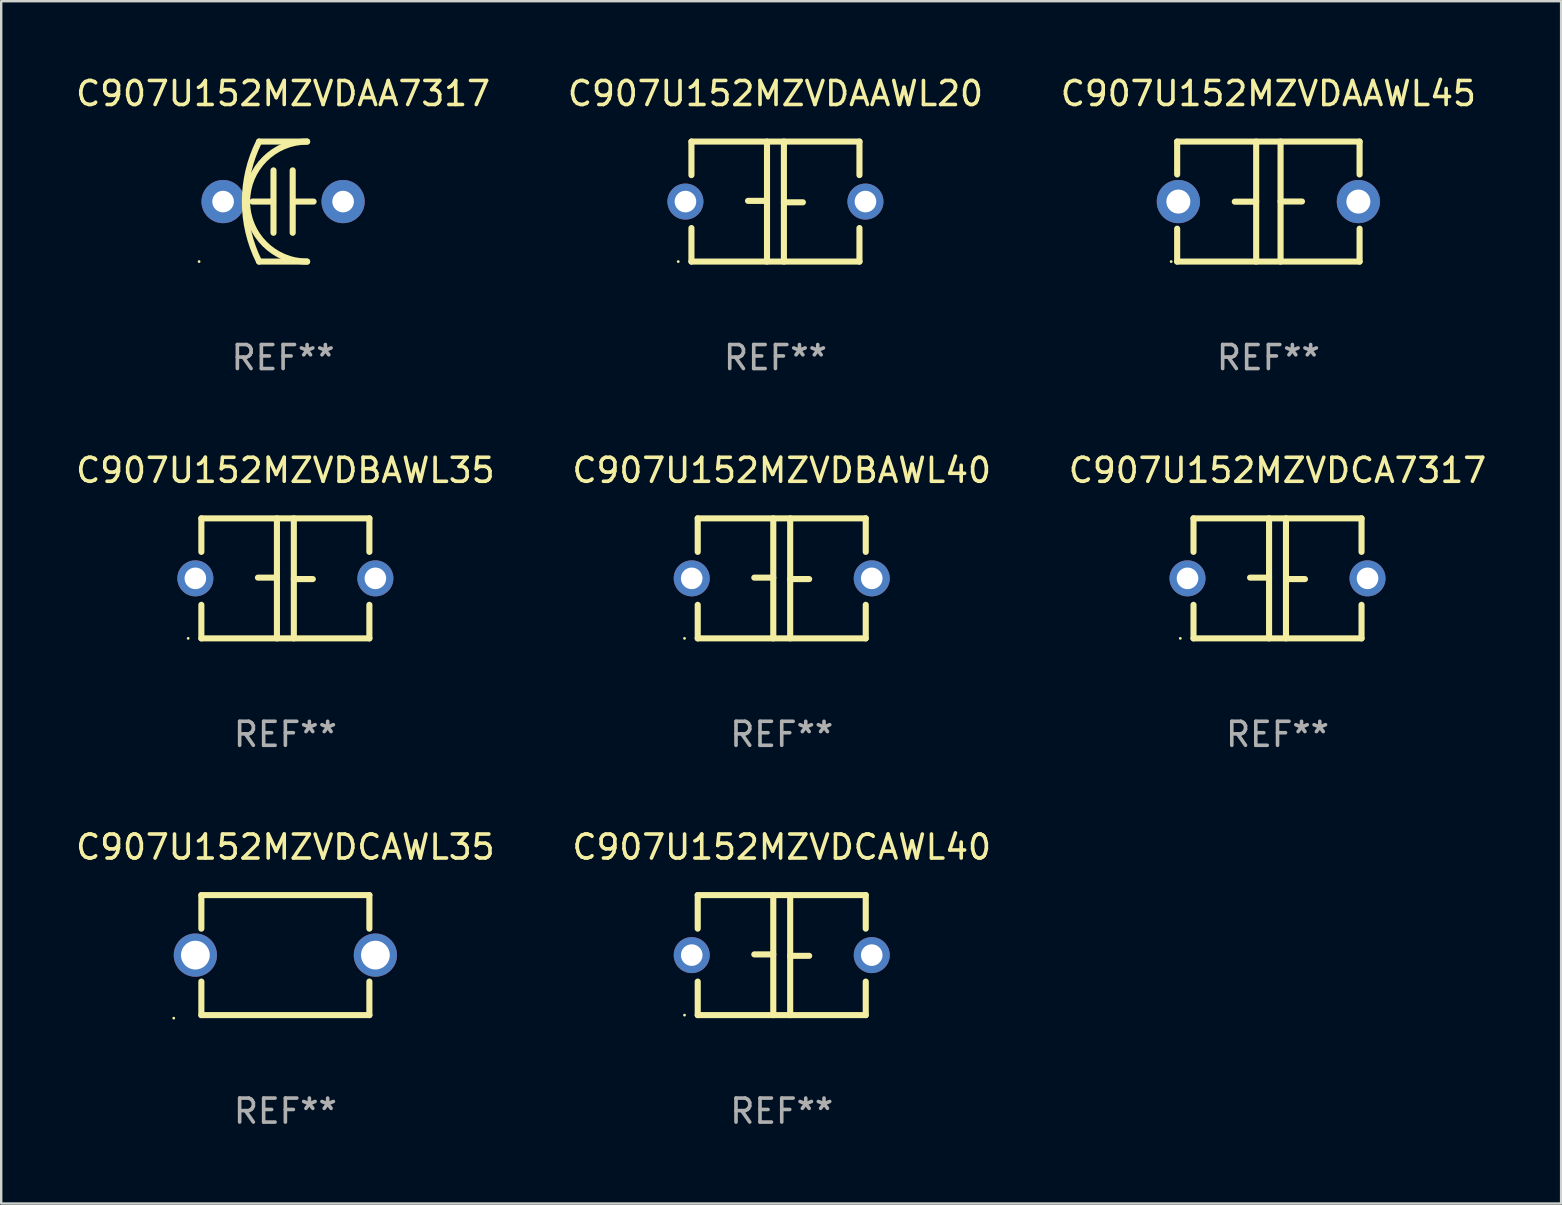
<source format=kicad_pcb>
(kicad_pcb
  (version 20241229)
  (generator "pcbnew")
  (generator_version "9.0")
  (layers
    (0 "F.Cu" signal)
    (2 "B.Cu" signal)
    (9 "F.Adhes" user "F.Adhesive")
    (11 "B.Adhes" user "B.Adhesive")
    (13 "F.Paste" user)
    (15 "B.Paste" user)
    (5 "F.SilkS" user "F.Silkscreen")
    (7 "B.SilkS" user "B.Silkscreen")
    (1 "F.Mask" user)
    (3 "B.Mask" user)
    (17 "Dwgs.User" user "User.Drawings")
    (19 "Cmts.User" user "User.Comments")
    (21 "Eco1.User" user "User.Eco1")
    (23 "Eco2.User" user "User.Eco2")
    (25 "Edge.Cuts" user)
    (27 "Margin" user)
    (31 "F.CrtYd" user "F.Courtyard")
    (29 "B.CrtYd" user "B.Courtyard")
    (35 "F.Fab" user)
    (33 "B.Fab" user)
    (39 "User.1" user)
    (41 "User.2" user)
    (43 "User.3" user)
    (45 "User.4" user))
  (footprint "C907U152MZVDCAWL35"
    (layer "F.Cu")
    (at 8.839 36.741)
    (property "Reference" "C907U152MZVDCAWL35" (at 0 -4.5 0) (layer "F.SilkS") (effects (font (size 1 1) (thickness 0.15))))
    (attr through_hole)
    (fp_line (start -3.5 -2.5) (end -3.5 -1.103) (stroke (width 0.254) (type solid)) (layer "F.SilkS"))
    (fp_line (start -3.5 -2.5) (end 3.5 -2.5) (stroke (width 0.254) (type solid)) (layer "F.SilkS"))
    (fp_line (start -3.5 1.103) (end -3.5 2.5) (stroke (width 0.254) (type solid)) (layer "F.SilkS"))
    (fp_line (start 3.5 -2.5) (end 3.5 -1.103) (stroke (width 0.254) (type solid)) (layer "F.SilkS"))
    (fp_line (start 3.5 1.103) (end 3.5 2.5) (stroke (width 0.254) (type solid)) (layer "F.SilkS"))
    (fp_line (start 3.5 2.5) (end -3.5 2.5) (stroke (width 0.254) (type solid)) (layer "F.SilkS"))
    (fp_circle (center -4.65 2.627) (end -4.62 2.627) (stroke (width 0.06) (type solid)) (fill no) (layer "F.SilkS"))
    (fp_text user "REF**" (at 0 6.5 0) (layer "F.Fab") (effects (font (size 1 1) (thickness 0.15))))
    (pad "1" thru_hole circle (at -3.75 0) (size 1.8 1.8) (drill 1.2) (layers "*.Cu" "*.Mask"))
    (pad "2" thru_hole circle (at 3.75 0) (size 1.8 1.8) (drill 1.2) (layers "*.Cu" "*.Mask")))
  (footprint "C907U152MZVDAAWL20"
    (layer "F.Cu")
    (at 29.256 5.348)
    (property "Reference" "C907U152MZVDAAWL20" (at 0 -4.5 0) (layer "F.SilkS") (effects (font (size 1 1) (thickness 0.15))))
    (attr through_hole)
    (fp_line (start -3.5 -2.5) (end -3.5 -1.103) (stroke (width 0.254) (type solid)) (layer "F.SilkS"))
    (fp_line (start -3.5 -2.5) (end 3.5 -2.5) (stroke (width 0.254) (type solid)) (layer "F.SilkS"))
    (fp_line (start -3.5 1.103) (end -3.5 2.5) (stroke (width 0.254) (type solid)) (layer "F.SilkS"))
    (fp_line (start -0.352 -0.03) (end -1.143 -0.03) (stroke (width 0.254) (type solid)) (layer "F.SilkS"))
    (fp_line (start -0.352 2.5) (end -0.352 -2.5) (stroke (width 0.254) (type solid)) (layer "F.SilkS"))
    (fp_line (start 0.352 -2.5) (end 0.352 2.5) (stroke (width 0.254) (type solid)) (layer "F.SilkS"))
    (fp_line (start 0.352 0.03) (end 1.143 0.03) (stroke (width 0.254) (type solid)) (layer "F.SilkS"))
    (fp_line (start 3.5 -2.5) (end 3.5 -1.103) (stroke (width 0.254) (type solid)) (layer "F.SilkS"))
    (fp_line (start 3.5 1.103) (end 3.5 2.5) (stroke (width 0.254) (type solid)) (layer "F.SilkS"))
    (fp_line (start 3.5 2.5) (end -3.5 2.5) (stroke (width 0.254) (type solid)) (layer "F.SilkS"))
    (fp_circle (center -4.05 2.5) (end -4.02 2.5) (stroke (width 0.06) (type solid)) (fill no) (layer "F.SilkS"))
    (fp_text user "REF**" (at 0 6.5 0) (layer "F.Fab") (effects (font (size 1 1) (thickness 0.15))))
    (pad "1" thru_hole circle (at -3.75 0) (size 1.5 1.5) (drill 0.9) (layers "*.Cu" "*.Mask"))
    (pad "2" thru_hole circle (at 3.75 0) (size 1.5 1.5) (drill 0.9) (layers "*.Cu" "*.Mask")))
  (footprint "C907U152MZVDAAWL45"
    (layer "F.Cu")
    (at 49.792 5.348)
    (property "Reference" "C907U152MZVDAAWL45" (at 0 -4.5 0) (layer "F.SilkS") (effects (font (size 1 1) (thickness 0.15))))
    (attr through_hole)
    (fp_line (start -3.8 -2.5) (end -3.8 -1.13) (stroke (width 0.254) (type solid)) (layer "F.SilkS"))
    (fp_line (start -3.8 -2.5) (end 3.8 -2.5) (stroke (width 0.254) (type solid)) (layer "F.SilkS"))
    (fp_line (start -3.8 1.13) (end -3.8 2.5) (stroke (width 0.254) (type solid)) (layer "F.SilkS"))
    (fp_line (start -3.8 2.5) (end 3.8 2.5) (stroke (width 0.254) (type solid)) (layer "F.SilkS"))
    (fp_line (start -0.508 0.004) (end -1.4 0.004) (stroke (width 0.254) (type solid)) (layer "F.SilkS"))
    (fp_line (start -0.508 2.5) (end -0.508 -2.5) (stroke (width 0.254) (type solid)) (layer "F.SilkS"))
    (fp_line (start 0.508 -2.5) (end 0.508 2.5) (stroke (width 0.254) (type solid)) (layer "F.SilkS"))
    (fp_line (start 0.508 -0.004) (end 1.4 -0.004) (stroke (width 0.254) (type solid)) (layer "F.SilkS"))
    (fp_line (start 3.8 -2.5) (end 3.8 -1.13) (stroke (width 0.254) (type solid)) (layer "F.SilkS"))
    (fp_line (start 3.8 1.13) (end 3.8 2.5) (stroke (width 0.254) (type solid)) (layer "F.SilkS"))
    (fp_circle (center -4.05 2.5) (end -4.02 2.5) (stroke (width 0.06) (type solid)) (fill no) (layer "F.SilkS"))
    (fp_text user "REF**" (at 0 6.5 0) (layer "F.Fab") (effects (font (size 1 1) (thickness 0.15))))
    (pad "1" thru_hole circle (at -3.75 0.000127) (size 1.8 1.8) (drill 1) (layers "*.Cu" "*.Mask"))
    (pad "2" thru_hole circle (at 3.75 0.000127) (size 1.8 1.8) (drill 1) (layers "*.Cu" "*.Mask")))
  (footprint "C907U152MZVDBAWL35"
    (layer "F.Cu")
    (at 8.839 21.045)
    (property "Reference" "C907U152MZVDBAWL35" (at 0 -4.5 0) (layer "F.SilkS") (effects (font (size 1 1) (thickness 0.15))))
    (attr through_hole)
    (fp_line (start -3.5 -2.5) (end -3.5 -1.103) (stroke (width 0.254) (type solid)) (layer "F.SilkS"))
    (fp_line (start -3.5 -2.5) (end 3.5 -2.5) (stroke (width 0.254) (type solid)) (layer "F.SilkS"))
    (fp_line (start -3.5 1.103) (end -3.5 2.5) (stroke (width 0.254) (type solid)) (layer "F.SilkS"))
    (fp_line (start -0.352 -0.03) (end -1.143 -0.03) (stroke (width 0.254) (type solid)) (layer "F.SilkS"))
    (fp_line (start -0.352 2.5) (end -0.352 -2.5) (stroke (width 0.254) (type solid)) (layer "F.SilkS"))
    (fp_line (start 0.352 -2.5) (end 0.352 2.5) (stroke (width 0.254) (type solid)) (layer "F.SilkS"))
    (fp_line (start 0.352 0.03) (end 1.143 0.03) (stroke (width 0.254) (type solid)) (layer "F.SilkS"))
    (fp_line (start 3.5 -2.5) (end 3.5 -1.103) (stroke (width 0.254) (type solid)) (layer "F.SilkS"))
    (fp_line (start 3.5 1.103) (end 3.5 2.5) (stroke (width 0.254) (type solid)) (layer "F.SilkS"))
    (fp_line (start 3.5 2.5) (end -3.5 2.5) (stroke (width 0.254) (type solid)) (layer "F.SilkS"))
    (fp_circle (center -4.05 2.5) (end -4.02 2.5) (stroke (width 0.06) (type solid)) (fill no) (layer "F.SilkS"))
    (fp_text user "REF**" (at 0 6.5 0) (layer "F.Fab") (effects (font (size 1 1) (thickness 0.15))))
    (pad "1" thru_hole circle (at -3.75 0) (size 1.5 1.5) (drill 0.9) (layers "*.Cu" "*.Mask"))
    (pad "2" thru_hole circle (at 3.75 0) (size 1.5 1.5) (drill 0.9) (layers "*.Cu" "*.Mask")))
  (footprint "C907U152MZVDCAWL40"
    (layer "F.Cu")
    (at 29.518 36.741)
    (property "Reference" "C907U152MZVDCAWL40" (at 0 -4.5 0) (layer "F.SilkS") (effects (font (size 1 1) (thickness 0.15))))
    (attr through_hole)
    (fp_line (start -3.5 -2.5) (end -3.5 -1.103) (stroke (width 0.254) (type solid)) (layer "F.SilkS"))
    (fp_line (start -3.5 -2.5) (end 3.5 -2.5) (stroke (width 0.254) (type solid)) (layer "F.SilkS"))
    (fp_line (start -3.5 1.103) (end -3.5 2.5) (stroke (width 0.254) (type solid)) (layer "F.SilkS"))
    (fp_line (start -0.352 -0.03) (end -1.143 -0.03) (stroke (width 0.254) (type solid)) (layer "F.SilkS"))
    (fp_line (start -0.352 2.5) (end -0.352 -2.5) (stroke (width 0.254) (type solid)) (layer "F.SilkS"))
    (fp_line (start 0.352 -2.5) (end 0.352 2.5) (stroke (width 0.254) (type solid)) (layer "F.SilkS"))
    (fp_line (start 0.352 0.03) (end 1.143 0.03) (stroke (width 0.254) (type solid)) (layer "F.SilkS"))
    (fp_line (start 3.5 -2.5) (end 3.5 -1.103) (stroke (width 0.254) (type solid)) (layer "F.SilkS"))
    (fp_line (start 3.5 1.103) (end 3.5 2.5) (stroke (width 0.254) (type solid)) (layer "F.SilkS"))
    (fp_line (start 3.5 2.5) (end -3.5 2.5) (stroke (width 0.254) (type solid)) (layer "F.SilkS"))
    (fp_circle (center -4.05 2.5) (end -4.02 2.5) (stroke (width 0.06) (type solid)) (fill no) (layer "F.SilkS"))
    (fp_text user "REF**" (at 0 6.5 0) (layer "F.Fab") (effects (font (size 1 1) (thickness 0.15))))
    (pad "1" thru_hole circle (at -3.75 0) (size 1.5 1.5) (drill 0.9) (layers "*.Cu" "*.Mask"))
    (pad "2" thru_hole circle (at 3.75 0) (size 1.5 1.5) (drill 0.9) (layers "*.Cu" "*.Mask")))
  (footprint "C907U152MZVDCA7317"
    (layer "F.Cu")
    (at 50.173 21.045)
    (property "Reference" "C907U152MZVDCA7317" (at 0 -4.5 0) (layer "F.SilkS") (effects (font (size 1 1) (thickness 0.15))))
    (attr through_hole)
    (fp_line (start -3.5 -2.5) (end -3.5 -1.103) (stroke (width 0.254) (type solid)) (layer "F.SilkS"))
    (fp_line (start -3.5 -2.5) (end 3.5 -2.5) (stroke (width 0.254) (type solid)) (layer "F.SilkS"))
    (fp_line (start -3.5 1.103) (end -3.5 2.5) (stroke (width 0.254) (type solid)) (layer "F.SilkS"))
    (fp_line (start -0.352 -0.03) (end -1.143 -0.03) (stroke (width 0.254) (type solid)) (layer "F.SilkS"))
    (fp_line (start -0.352 2.5) (end -0.352 -2.5) (stroke (width 0.254) (type solid)) (layer "F.SilkS"))
    (fp_line (start 0.352 -2.5) (end 0.352 2.5) (stroke (width 0.254) (type solid)) (layer "F.SilkS"))
    (fp_line (start 0.352 0.03) (end 1.143 0.03) (stroke (width 0.254) (type solid)) (layer "F.SilkS"))
    (fp_line (start 3.5 -2.5) (end 3.5 -1.103) (stroke (width 0.254) (type solid)) (layer "F.SilkS"))
    (fp_line (start 3.5 1.103) (end 3.5 2.5) (stroke (width 0.254) (type solid)) (layer "F.SilkS"))
    (fp_line (start 3.5 2.5) (end -3.5 2.5) (stroke (width 0.254) (type solid)) (layer "F.SilkS"))
    (fp_circle (center -4.05 2.5) (end -4.02 2.5) (stroke (width 0.06) (type solid)) (fill no) (layer "F.SilkS"))
    (fp_text user "REF**" (at 0 6.5 0) (layer "F.Fab") (effects (font (size 1 1) (thickness 0.15))))
    (pad "1" thru_hole circle (at -3.75 0) (size 1.5 1.5) (drill 0.9) (layers "*.Cu" "*.Mask"))
    (pad "2" thru_hole circle (at 3.75 0) (size 1.5 1.5) (drill 0.9) (layers "*.Cu" "*.Mask")))
  (footprint "C907U152MZVDBAWL40"
    (layer "F.Cu")
    (at 29.518 21.045)
    (property "Reference" "C907U152MZVDBAWL40" (at 0 -4.5 0) (layer "F.SilkS") (effects (font (size 1 1) (thickness 0.15))))
    (attr through_hole)
    (fp_line (start -3.5 -2.5) (end -3.5 -1.103) (stroke (width 0.254) (type solid)) (layer "F.SilkS"))
    (fp_line (start -3.5 -2.5) (end 3.5 -2.5) (stroke (width 0.254) (type solid)) (layer "F.SilkS"))
    (fp_line (start -3.5 1.103) (end -3.5 2.5) (stroke (width 0.254) (type solid)) (layer "F.SilkS"))
    (fp_line (start -0.352 -0.03) (end -1.143 -0.03) (stroke (width 0.254) (type solid)) (layer "F.SilkS"))
    (fp_line (start -0.352 2.5) (end -0.352 -2.5) (stroke (width 0.254) (type solid)) (layer "F.SilkS"))
    (fp_line (start 0.352 -2.5) (end 0.352 2.5) (stroke (width 0.254) (type solid)) (layer "F.SilkS"))
    (fp_line (start 0.352 0.03) (end 1.143 0.03) (stroke (width 0.254) (type solid)) (layer "F.SilkS"))
    (fp_line (start 3.5 -2.5) (end 3.5 -1.103) (stroke (width 0.254) (type solid)) (layer "F.SilkS"))
    (fp_line (start 3.5 1.103) (end 3.5 2.5) (stroke (width 0.254) (type solid)) (layer "F.SilkS"))
    (fp_line (start 3.5 2.5) (end -3.5 2.5) (stroke (width 0.254) (type solid)) (layer "F.SilkS"))
    (fp_circle (center -4.05 2.5) (end -4.02 2.5) (stroke (width 0.06) (type solid)) (fill no) (layer "F.SilkS"))
    (fp_text user "REF**" (at 0 6.5 0) (layer "F.Fab") (effects (font (size 1 1) (thickness 0.15))))
    (pad "1" thru_hole circle (at -3.75 0) (size 1.5 1.5) (drill 0.9) (layers "*.Cu" "*.Mask"))
    (pad "2" thru_hole circle (at 3.75 0) (size 1.5 1.5) (drill 0.9) (layers "*.Cu" "*.Mask")))
  (footprint "C907U152MZVDAA7317"
    (layer "F.Cu")
    (at 8.744 5.348)
    (property "Reference" "C907U152MZVDAA7317" (at 0 -4.5 0) (layer "F.SilkS") (effects (font (size 1 1) (thickness 0.15))))
    (attr through_hole)
    (fp_line (start -1 -2.5) (end 1 -2.5) (stroke (width 0.254) (type solid)) (layer "F.SilkS"))
    (fp_line (start -1 2.5) (end 1 2.5) (stroke (width 0.254) (type solid)) (layer "F.SilkS"))
    (fp_line (start -0.416 0) (end -1.27 0) (stroke (width 0.254) (type solid)) (layer "F.SilkS"))
    (fp_line (start -0.4 -1.3) (end -0.4 1.3) (stroke (width 0.254) (type solid)) (layer "F.SilkS"))
    (fp_line (start 0.4 1.3) (end 0.4 -1.3) (stroke (width 0.254) (type solid)) (layer "F.SilkS"))
    (fp_line (start 0.416 0) (end 1.27 0) (stroke (width 0.254) (type solid)) (layer "F.SilkS"))
    (fp_arc (start -1.000762 2.499365) (mid -1.590595 -0.000407) (end -1 -2.5) (stroke (width 0.254001) (type solid)) (layer "F.SilkS"))
    (fp_arc (start 1 2.5) (mid -1.498907 -0.000064) (end 1.000763 -2.499364) (stroke (width 0.254001) (type solid)) (layer "F.SilkS"))
    (fp_circle (center -3.5 2.5) (end -3.47 2.5) (stroke (width 0.06) (type solid)) (fill no) (layer "F.SilkS"))
    (fp_text user "REF**" (at 0 6.5 0) (layer "F.Fab") (effects (font (size 1 1) (thickness 0.15))))
    (pad "1" thru_hole circle (at -2.5 0) (size 1.8 1.8) (drill 0.9) (layers "*.Cu" "*.Mask"))
    (pad "2" thru_hole circle (at 2.5 0) (size 1.8 1.8) (drill 0.9) (layers "*.Cu" "*.Mask")))
  (gr_rect
    (start -3 -3)
    (end 61.988 47.09)
    (stroke (width 0.1) (type default))
    (fill no)
    (layer "Edge.Cuts")))
</source>
